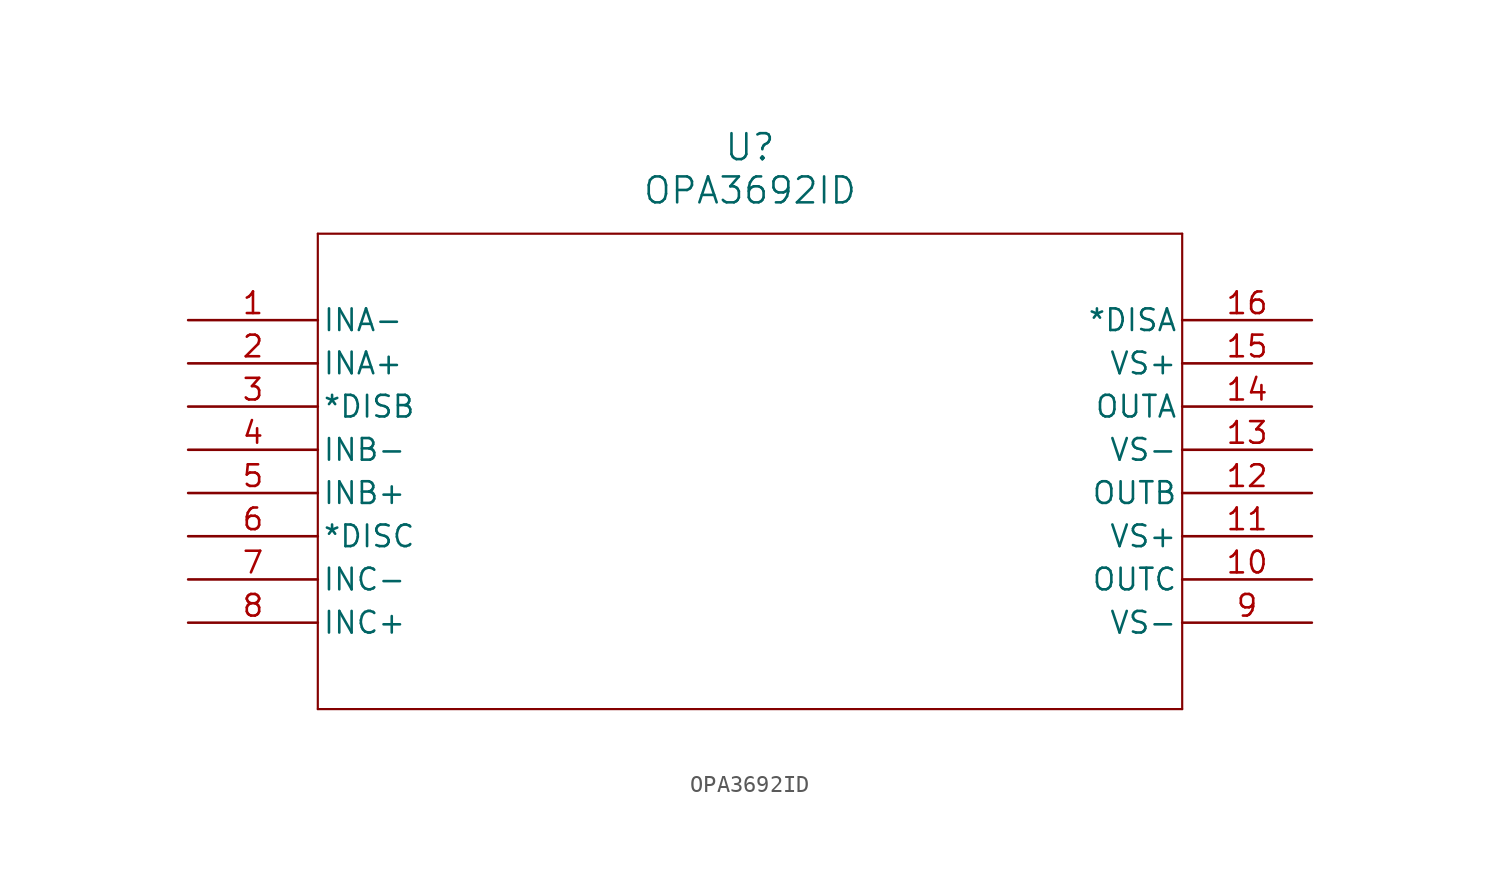
<source format=kicad_sym>
(kicad_symbol_lib
  (version 20211014)
  (generator kicad_symbol_editor)
  (symbol "OPA3692ID"
    (pin_names
      (offset 0.254))
    (property "Reference" "U"
      (at 33.02 10.16 0)
      (effects (font (size 1.524 1.524))))
    (property "Value" "OPA3692ID"
      (at 33.02 7.62 0)
      (effects (font (size 1.524 1.524))))
    (symbol "OPA3692ID_0_1"
      (polyline (pts (xy 7.62 5.08) (xy 7.62 -22.86)) (stroke (width 0.127) (type default) (color 0 0 0 0)) (fill (type none)))
      (polyline (pts (xy 7.62 -22.86) (xy 58.42 -22.86)) (stroke (width 0.127) (type default) (color 0 0 0 0)) (fill (type none)))
      (polyline (pts (xy 58.42 -22.86) (xy 58.42 5.08)) (stroke (width 0.127) (type default) (color 0 0 0 0)) (fill (type none)))
      (polyline (pts (xy 58.42 5.08) (xy 7.62 5.08)) (stroke (width 0.127) (type default) (color 0 0 0 0)) (fill (type none)))
      (pin input line (at 0 0 0) (length 7.62) (name "INA-" (effects (font (size 1.27 1.27)))) (number "1" (effects (font (size 1.27 1.27)))))
      (pin input line (at 0 -2.54 0) (length 7.62) (name "INA+" (effects (font (size 1.27 1.27)))) (number "2" (effects (font (size 1.27 1.27)))))
      (pin unspecified line (at 0 -5.08 0) (length 7.62) (name "*DISB" (effects (font (size 1.27 1.27)))) (number "3" (effects (font (size 1.27 1.27)))))
      (pin input line (at 0 -7.62 0) (length 7.62) (name "INB-" (effects (font (size 1.27 1.27)))) (number "4" (effects (font (size 1.27 1.27)))))
      (pin input line (at 0 -10.16 0) (length 7.62) (name "INB+" (effects (font (size 1.27 1.27)))) (number "5" (effects (font (size 1.27 1.27)))))
      (pin unspecified line (at 0 -12.7 0) (length 7.62) (name "*DISC" (effects (font (size 1.27 1.27)))) (number "6" (effects (font (size 1.27 1.27)))))
      (pin input line (at 0 -15.24 0) (length 7.62) (name "INC-" (effects (font (size 1.27 1.27)))) (number "7" (effects (font (size 1.27 1.27)))))
      (pin input line (at 0 -17.78 0) (length 7.62) (name "INC+" (effects (font (size 1.27 1.27)))) (number "8" (effects (font (size 1.27 1.27)))))
      (pin power_in line (at 66.04 -17.78 180) (length 7.62) (name "VS-" (effects (font (size 1.27 1.27)))) (number "9" (effects (font (size 1.27 1.27)))))
      (pin output line (at 66.04 -15.24 180) (length 7.62) (name "OUTC" (effects (font (size 1.27 1.27)))) (number "10" (effects (font (size 1.27 1.27)))))
      (pin power_in line (at 66.04 -12.7 180) (length 7.62) (name "VS+" (effects (font (size 1.27 1.27)))) (number "11" (effects (font (size 1.27 1.27)))))
      (pin output line (at 66.04 -10.16 180) (length 7.62) (name "OUTB" (effects (font (size 1.27 1.27)))) (number "12" (effects (font (size 1.27 1.27)))))
      (pin power_in line (at 66.04 -7.62 180) (length 7.62) (name "VS-" (effects (font (size 1.27 1.27)))) (number "13" (effects (font (size 1.27 1.27)))))
      (pin output line (at 66.04 -5.08 180) (length 7.62) (name "OUTA" (effects (font (size 1.27 1.27)))) (number "14" (effects (font (size 1.27 1.27)))))
      (pin power_in line (at 66.04 -2.54 180) (length 7.62) (name "VS+" (effects (font (size 1.27 1.27)))) (number "15" (effects (font (size 1.27 1.27)))))
      (pin unspecified line (at 66.04 0 180) (length 7.62) (name "*DISA" (effects (font (size 1.27 1.27)))) (number "16" (effects (font (size 1.27 1.27))))))))
</source>
